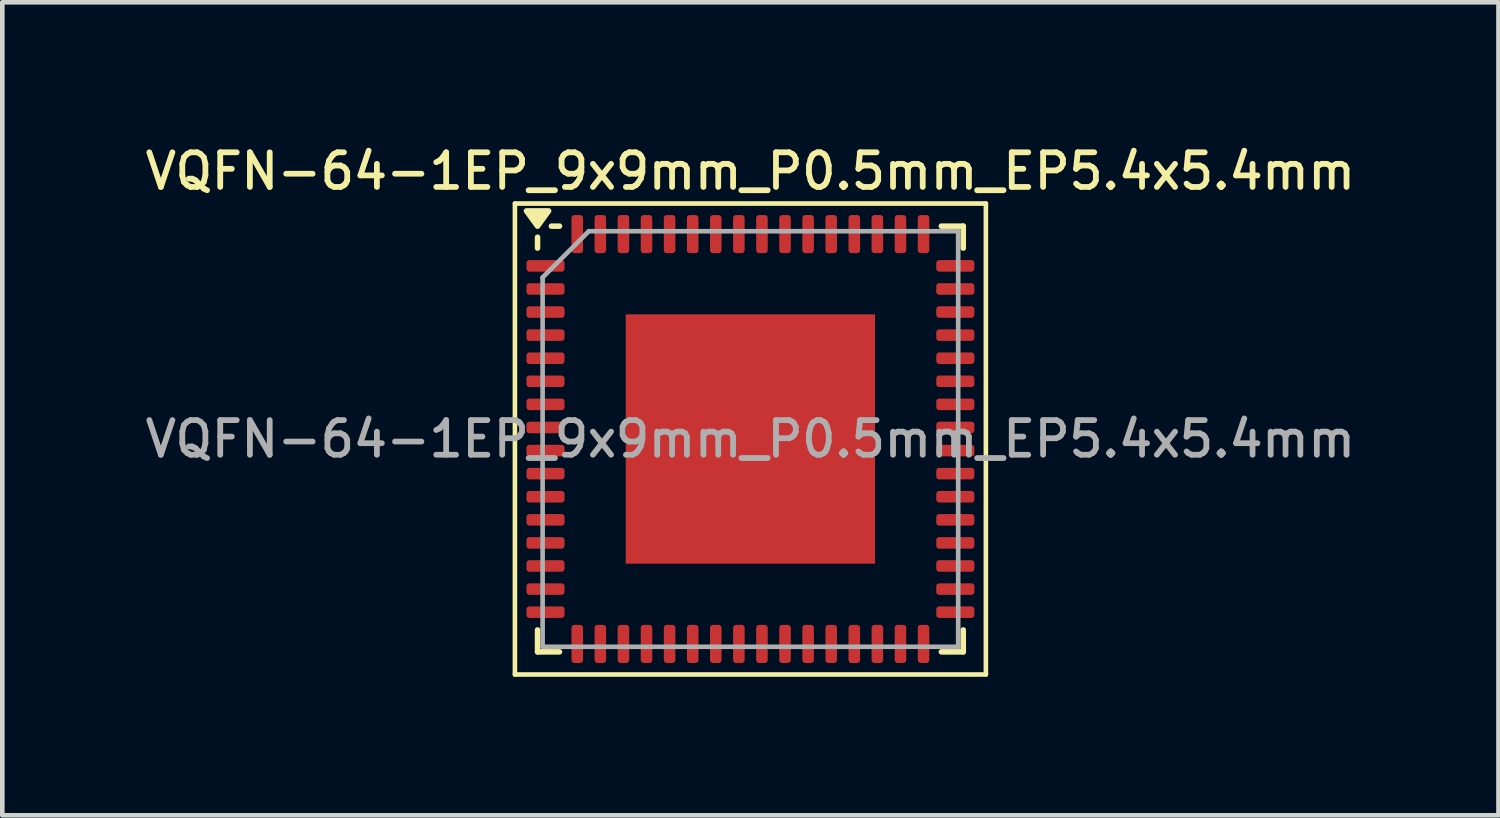
<source format=kicad_pcb>
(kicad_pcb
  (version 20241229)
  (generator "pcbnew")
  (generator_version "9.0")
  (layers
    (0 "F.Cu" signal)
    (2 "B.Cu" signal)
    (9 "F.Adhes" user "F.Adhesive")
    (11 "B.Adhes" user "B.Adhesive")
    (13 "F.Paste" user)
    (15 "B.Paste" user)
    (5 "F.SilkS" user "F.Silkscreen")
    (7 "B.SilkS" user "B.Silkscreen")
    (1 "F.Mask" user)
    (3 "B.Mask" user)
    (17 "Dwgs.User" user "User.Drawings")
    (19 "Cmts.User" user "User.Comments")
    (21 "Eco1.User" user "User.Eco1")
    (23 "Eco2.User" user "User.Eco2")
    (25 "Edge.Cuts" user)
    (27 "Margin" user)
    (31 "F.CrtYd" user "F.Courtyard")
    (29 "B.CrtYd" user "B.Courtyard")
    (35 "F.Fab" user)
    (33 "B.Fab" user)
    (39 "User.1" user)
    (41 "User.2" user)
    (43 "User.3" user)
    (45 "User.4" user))
  (footprint "VQFN-64-1EP_9x9mm_P0.5mm_EP5.4x5.4mm"
    (layer "F.Cu")
    (at 13.202 6.458)
    (property "Reference" "VQFN-64-1EP_9x9mm_P0.5mm_EP5.4x5.4mm" (at 0 -5.8 0) (layer "F.SilkS") (effects (font (size 0.75 0.75) (thickness 0.125))))
    (attr smd)
    (fp_line (start -5.1 -5.1) (end -5.1 5.1) (stroke (width 0.1) (type solid)) (layer "F.SilkS"))
    (fp_line (start -5.1 5.1) (end 5.1 5.1) (stroke (width 0.1) (type solid)) (layer "F.SilkS"))
    (fp_line (start -4.61 -4.135) (end -4.61 -4.37) (stroke (width 0.12) (type solid)) (layer "F.SilkS"))
    (fp_line (start -4.61 4.61) (end -4.61 4.135) (stroke (width 0.12) (type solid)) (layer "F.SilkS"))
    (fp_line (start -4.135 -4.61) (end -4.31 -4.61) (stroke (width 0.12) (type solid)) (layer "F.SilkS"))
    (fp_line (start -4.135 4.61) (end -4.61 4.61) (stroke (width 0.12) (type solid)) (layer "F.SilkS"))
    (fp_line (start 4.135 -4.61) (end 4.61 -4.61) (stroke (width 0.12) (type solid)) (layer "F.SilkS"))
    (fp_line (start 4.135 4.61) (end 4.61 4.61) (stroke (width 0.12) (type solid)) (layer "F.SilkS"))
    (fp_line (start 4.61 -4.61) (end 4.61 -4.135) (stroke (width 0.12) (type solid)) (layer "F.SilkS"))
    (fp_line (start 4.61 4.61) (end 4.61 4.135) (stroke (width 0.12) (type solid)) (layer "F.SilkS"))
    (fp_line (start 5.1 -5.1) (end -5.1 -5.1) (stroke (width 0.1) (type solid)) (layer "F.SilkS"))
    (fp_line (start 5.1 5.1) (end 5.1 -5.1) (stroke (width 0.1) (type solid)) (layer "F.SilkS"))
    (fp_poly (pts (xy -4.61 -4.61) (xy -4.85 -4.94) (xy -4.37 -4.94) (xy -4.61 -4.61)) (stroke (width 0.12) (type solid)) (fill yes) (layer "F.SilkS"))
    (fp_line (start -4.5 -3.5) (end -3.5 -4.5) (stroke (width 0.1) (type solid)) (layer "F.Fab"))
    (fp_line (start -4.5 4.5) (end -4.5 -3.5) (stroke (width 0.1) (type solid)) (layer "F.Fab"))
    (fp_line (start -3.5 -4.5) (end 4.5 -4.5) (stroke (width 0.1) (type solid)) (layer "F.Fab"))
    (fp_line (start 4.5 -4.5) (end 4.5 4.5) (stroke (width 0.1) (type solid)) (layer "F.Fab"))
    (fp_line (start 4.5 4.5) (end -4.5 4.5) (stroke (width 0.1) (type solid)) (layer "F.Fab"))
    (fp_text user "${REFERENCE}" (at 0 0 0) (layer "F.Fab") (effects (font (size 0.75 0.75) (thickness 0.125))))
    (pad "" smd roundrect (at -1.8 -1.8) (size 1.45 1.45) (layers "F.Paste") (roundrect_rratio 0.172))
    (pad "" smd roundrect (at -1.8 0) (size 1.45 1.45) (layers "F.Paste") (roundrect_rratio 0.172))
    (pad "" smd roundrect (at -1.8 1.8) (size 1.45 1.45) (layers "F.Paste") (roundrect_rratio 0.172))
    (pad "" smd roundrect (at 0 -1.8) (size 1.45 1.45) (layers "F.Paste") (roundrect_rratio 0.172))
    (pad "" smd roundrect (at 0 0) (size 1.45 1.45) (layers "F.Paste") (roundrect_rratio 0.172))
    (pad "" smd roundrect (at 0 1.8) (size 1.45 1.45) (layers "F.Paste") (roundrect_rratio 0.172))
    (pad "" smd roundrect (at 1.8 -1.8) (size 1.45 1.45) (layers "F.Paste") (roundrect_rratio 0.172))
    (pad "" smd roundrect (at 1.8 0) (size 1.45 1.45) (layers "F.Paste") (roundrect_rratio 0.172))
    (pad "" smd roundrect (at 1.8 1.8) (size 1.45 1.45) (layers "F.Paste") (roundrect_rratio 0.172))
    (pad "1" smd roundrect (at -4.438 -3.75) (size 0.825 0.25) (layers "F.Cu" "F.Mask" "F.Paste") (roundrect_rratio 0.25))
    (pad "2" smd roundrect (at -4.438 -3.25) (size 0.825 0.25) (layers "F.Cu" "F.Mask" "F.Paste") (roundrect_rratio 0.25))
    (pad "3" smd roundrect (at -4.438 -2.75) (size 0.825 0.25) (layers "F.Cu" "F.Mask" "F.Paste") (roundrect_rratio 0.25))
    (pad "4" smd roundrect (at -4.438 -2.25) (size 0.825 0.25) (layers "F.Cu" "F.Mask" "F.Paste") (roundrect_rratio 0.25))
    (pad "5" smd roundrect (at -4.438 -1.75) (size 0.825 0.25) (layers "F.Cu" "F.Mask" "F.Paste") (roundrect_rratio 0.25))
    (pad "6" smd roundrect (at -4.438 -1.25) (size 0.825 0.25) (layers "F.Cu" "F.Mask" "F.Paste") (roundrect_rratio 0.25))
    (pad "7" smd roundrect (at -4.438 -0.75) (size 0.825 0.25) (layers "F.Cu" "F.Mask" "F.Paste") (roundrect_rratio 0.25))
    (pad "8" smd roundrect (at -4.438 -0.25) (size 0.825 0.25) (layers "F.Cu" "F.Mask" "F.Paste") (roundrect_rratio 0.25))
    (pad "9" smd roundrect (at -4.438 0.25) (size 0.825 0.25) (layers "F.Cu" "F.Mask" "F.Paste") (roundrect_rratio 0.25))
    (pad "10" smd roundrect (at -4.438 0.75) (size 0.825 0.25) (layers "F.Cu" "F.Mask" "F.Paste") (roundrect_rratio 0.25))
    (pad "11" smd roundrect (at -4.438 1.25) (size 0.825 0.25) (layers "F.Cu" "F.Mask" "F.Paste") (roundrect_rratio 0.25))
    (pad "12" smd roundrect (at -4.438 1.75) (size 0.825 0.25) (layers "F.Cu" "F.Mask" "F.Paste") (roundrect_rratio 0.25))
    (pad "13" smd roundrect (at -4.438 2.25) (size 0.825 0.25) (layers "F.Cu" "F.Mask" "F.Paste") (roundrect_rratio 0.25))
    (pad "14" smd roundrect (at -4.438 2.75) (size 0.825 0.25) (layers "F.Cu" "F.Mask" "F.Paste") (roundrect_rratio 0.25))
    (pad "15" smd roundrect (at -4.438 3.25) (size 0.825 0.25) (layers "F.Cu" "F.Mask" "F.Paste") (roundrect_rratio 0.25))
    (pad "16" smd roundrect (at -4.438 3.75) (size 0.825 0.25) (layers "F.Cu" "F.Mask" "F.Paste") (roundrect_rratio 0.25))
    (pad "17" smd roundrect (at -3.75 4.438) (size 0.25 0.825) (layers "F.Cu" "F.Mask" "F.Paste") (roundrect_rratio 0.25))
    (pad "18" smd roundrect (at -3.25 4.438) (size 0.25 0.825) (layers "F.Cu" "F.Mask" "F.Paste") (roundrect_rratio 0.25))
    (pad "19" smd roundrect (at -2.75 4.438) (size 0.25 0.825) (layers "F.Cu" "F.Mask" "F.Paste") (roundrect_rratio 0.25))
    (pad "20" smd roundrect (at -2.25 4.438) (size 0.25 0.825) (layers "F.Cu" "F.Mask" "F.Paste") (roundrect_rratio 0.25))
    (pad "21" smd roundrect (at -1.75 4.438) (size 0.25 0.825) (layers "F.Cu" "F.Mask" "F.Paste") (roundrect_rratio 0.25))
    (pad "22" smd roundrect (at -1.25 4.438) (size 0.25 0.825) (layers "F.Cu" "F.Mask" "F.Paste") (roundrect_rratio 0.25))
    (pad "23" smd roundrect (at -0.75 4.438) (size 0.25 0.825) (layers "F.Cu" "F.Mask" "F.Paste") (roundrect_rratio 0.25))
    (pad "24" smd roundrect (at -0.25 4.438) (size 0.25 0.825) (layers "F.Cu" "F.Mask" "F.Paste") (roundrect_rratio 0.25))
    (pad "25" smd roundrect (at 0.25 4.438) (size 0.25 0.825) (layers "F.Cu" "F.Mask" "F.Paste") (roundrect_rratio 0.25))
    (pad "26" smd roundrect (at 0.75 4.438) (size 0.25 0.825) (layers "F.Cu" "F.Mask" "F.Paste") (roundrect_rratio 0.25))
    (pad "27" smd roundrect (at 1.25 4.438) (size 0.25 0.825) (layers "F.Cu" "F.Mask" "F.Paste") (roundrect_rratio 0.25))
    (pad "28" smd roundrect (at 1.75 4.438) (size 0.25 0.825) (layers "F.Cu" "F.Mask" "F.Paste") (roundrect_rratio 0.25))
    (pad "29" smd roundrect (at 2.25 4.438) (size 0.25 0.825) (layers "F.Cu" "F.Mask" "F.Paste") (roundrect_rratio 0.25))
    (pad "30" smd roundrect (at 2.75 4.438) (size 0.25 0.825) (layers "F.Cu" "F.Mask" "F.Paste") (roundrect_rratio 0.25))
    (pad "31" smd roundrect (at 3.25 4.438) (size 0.25 0.825) (layers "F.Cu" "F.Mask" "F.Paste") (roundrect_rratio 0.25))
    (pad "32" smd roundrect (at 3.75 4.438) (size 0.25 0.825) (layers "F.Cu" "F.Mask" "F.Paste") (roundrect_rratio 0.25))
    (pad "33" smd roundrect (at 4.438 3.75) (size 0.825 0.25) (layers "F.Cu" "F.Mask" "F.Paste") (roundrect_rratio 0.25))
    (pad "34" smd roundrect (at 4.438 3.25) (size 0.825 0.25) (layers "F.Cu" "F.Mask" "F.Paste") (roundrect_rratio 0.25))
    (pad "35" smd roundrect (at 4.438 2.75) (size 0.825 0.25) (layers "F.Cu" "F.Mask" "F.Paste") (roundrect_rratio 0.25))
    (pad "36" smd roundrect (at 4.438 2.25) (size 0.825 0.25) (layers "F.Cu" "F.Mask" "F.Paste") (roundrect_rratio 0.25))
    (pad "37" smd roundrect (at 4.438 1.75) (size 0.825 0.25) (layers "F.Cu" "F.Mask" "F.Paste") (roundrect_rratio 0.25))
    (pad "38" smd roundrect (at 4.438 1.25) (size 0.825 0.25) (layers "F.Cu" "F.Mask" "F.Paste") (roundrect_rratio 0.25))
    (pad "39" smd roundrect (at 4.438 0.75) (size 0.825 0.25) (layers "F.Cu" "F.Mask" "F.Paste") (roundrect_rratio 0.25))
    (pad "40" smd roundrect (at 4.438 0.25) (size 0.825 0.25) (layers "F.Cu" "F.Mask" "F.Paste") (roundrect_rratio 0.25))
    (pad "41" smd roundrect (at 4.438 -0.25) (size 0.825 0.25) (layers "F.Cu" "F.Mask" "F.Paste") (roundrect_rratio 0.25))
    (pad "42" smd roundrect (at 4.438 -0.75) (size 0.825 0.25) (layers "F.Cu" "F.Mask" "F.Paste") (roundrect_rratio 0.25))
    (pad "43" smd roundrect (at 4.438 -1.25) (size 0.825 0.25) (layers "F.Cu" "F.Mask" "F.Paste") (roundrect_rratio 0.25))
    (pad "44" smd roundrect (at 4.438 -1.75) (size 0.825 0.25) (layers "F.Cu" "F.Mask" "F.Paste") (roundrect_rratio 0.25))
    (pad "45" smd roundrect (at 4.438 -2.25) (size 0.825 0.25) (layers "F.Cu" "F.Mask" "F.Paste") (roundrect_rratio 0.25))
    (pad "46" smd roundrect (at 4.438 -2.75) (size 0.825 0.25) (layers "F.Cu" "F.Mask" "F.Paste") (roundrect_rratio 0.25))
    (pad "47" smd roundrect (at 4.438 -3.25) (size 0.825 0.25) (layers "F.Cu" "F.Mask" "F.Paste") (roundrect_rratio 0.25))
    (pad "48" smd roundrect (at 4.438 -3.75) (size 0.825 0.25) (layers "F.Cu" "F.Mask" "F.Paste") (roundrect_rratio 0.25))
    (pad "49" smd roundrect (at 3.75 -4.438) (size 0.25 0.825) (layers "F.Cu" "F.Mask" "F.Paste") (roundrect_rratio 0.25))
    (pad "50" smd roundrect (at 3.25 -4.438) (size 0.25 0.825) (layers "F.Cu" "F.Mask" "F.Paste") (roundrect_rratio 0.25))
    (pad "51" smd roundrect (at 2.75 -4.438) (size 0.25 0.825) (layers "F.Cu" "F.Mask" "F.Paste") (roundrect_rratio 0.25))
    (pad "52" smd roundrect (at 2.25 -4.438) (size 0.25 0.825) (layers "F.Cu" "F.Mask" "F.Paste") (roundrect_rratio 0.25))
    (pad "53" smd roundrect (at 1.75 -4.438) (size 0.25 0.825) (layers "F.Cu" "F.Mask" "F.Paste") (roundrect_rratio 0.25))
    (pad "54" smd roundrect (at 1.25 -4.438) (size 0.25 0.825) (layers "F.Cu" "F.Mask" "F.Paste") (roundrect_rratio 0.25))
    (pad "55" smd roundrect (at 0.75 -4.438) (size 0.25 0.825) (layers "F.Cu" "F.Mask" "F.Paste") (roundrect_rratio 0.25))
    (pad "56" smd roundrect (at 0.25 -4.438) (size 0.25 0.825) (layers "F.Cu" "F.Mask" "F.Paste") (roundrect_rratio 0.25))
    (pad "57" smd roundrect (at -0.25 -4.438) (size 0.25 0.825) (layers "F.Cu" "F.Mask" "F.Paste") (roundrect_rratio 0.25))
    (pad "58" smd roundrect (at -0.75 -4.438) (size 0.25 0.825) (layers "F.Cu" "F.Mask" "F.Paste") (roundrect_rratio 0.25))
    (pad "59" smd roundrect (at -1.25 -4.438) (size 0.25 0.825) (layers "F.Cu" "F.Mask" "F.Paste") (roundrect_rratio 0.25))
    (pad "60" smd roundrect (at -1.75 -4.438) (size 0.25 0.825) (layers "F.Cu" "F.Mask" "F.Paste") (roundrect_rratio 0.25))
    (pad "61" smd roundrect (at -2.25 -4.438) (size 0.25 0.825) (layers "F.Cu" "F.Mask" "F.Paste") (roundrect_rratio 0.25))
    (pad "62" smd roundrect (at -2.75 -4.438) (size 0.25 0.825) (layers "F.Cu" "F.Mask" "F.Paste") (roundrect_rratio 0.25))
    (pad "63" smd roundrect (at -3.25 -4.438) (size 0.25 0.825) (layers "F.Cu" "F.Mask" "F.Paste") (roundrect_rratio 0.25))
    (pad "64" smd roundrect (at -3.75 -4.438) (size 0.25 0.825) (layers "F.Cu" "F.Mask" "F.Paste") (roundrect_rratio 0.25))
    (pad "65" smd rect (at 0 0) (size 5.4 5.4) (property pad_prop_heatsink) (layers "F.Cu" "F.Mask")))
  (gr_rect
    (start -3 -3)
    (end 29.404 14.608)
    (stroke (width 0.1) (type default))
    (fill no)
    (layer "Edge.Cuts")))
</source>
